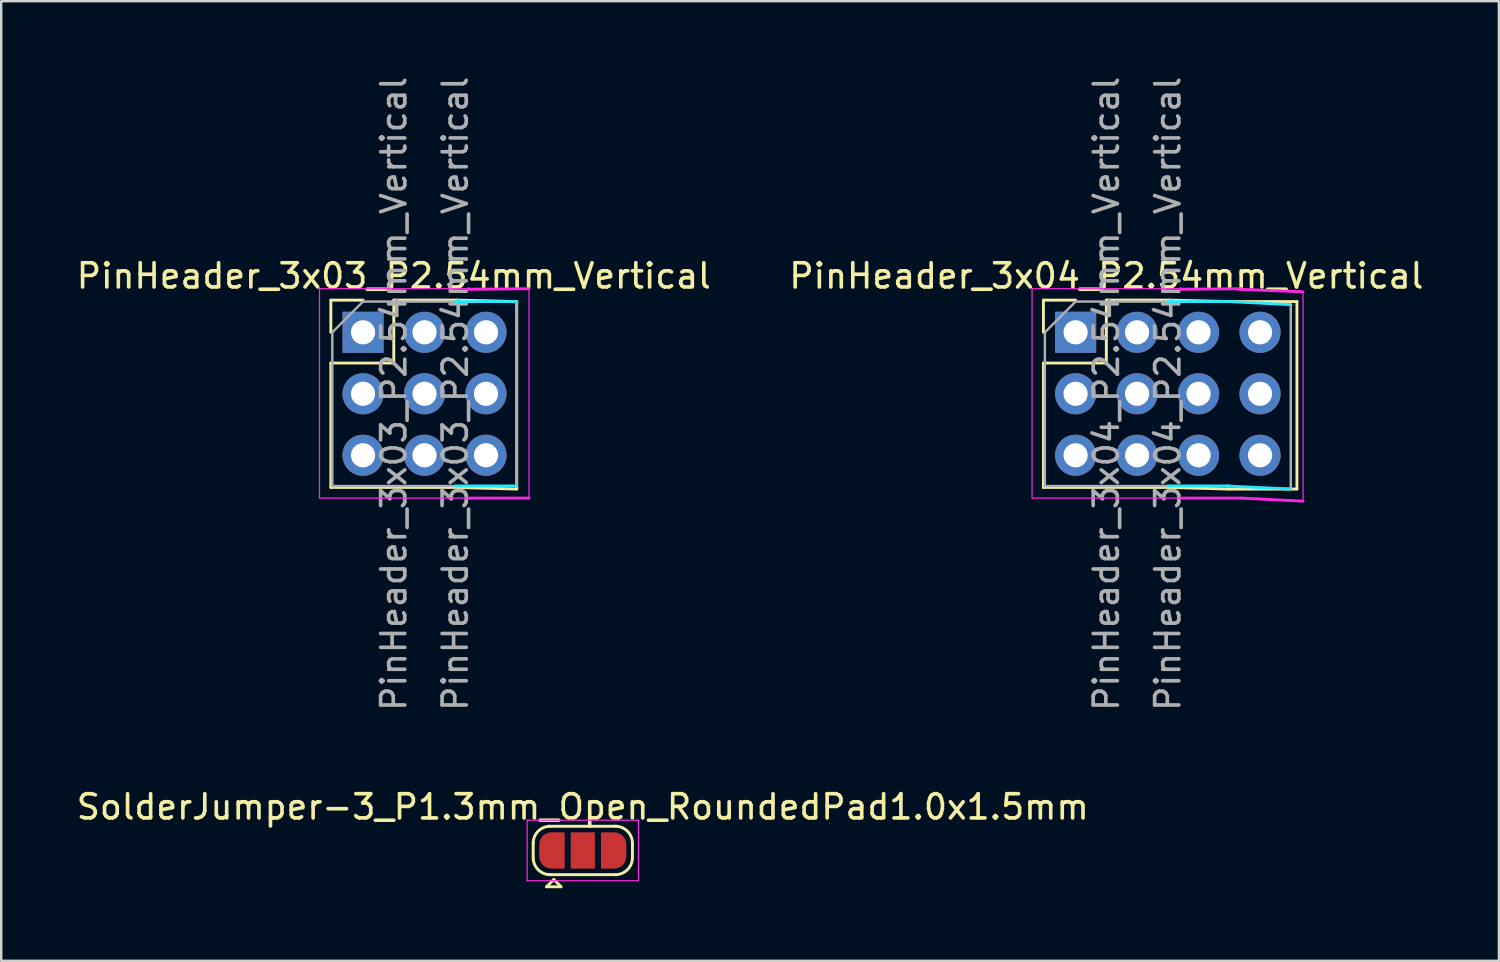
<source format=kicad_pcb>
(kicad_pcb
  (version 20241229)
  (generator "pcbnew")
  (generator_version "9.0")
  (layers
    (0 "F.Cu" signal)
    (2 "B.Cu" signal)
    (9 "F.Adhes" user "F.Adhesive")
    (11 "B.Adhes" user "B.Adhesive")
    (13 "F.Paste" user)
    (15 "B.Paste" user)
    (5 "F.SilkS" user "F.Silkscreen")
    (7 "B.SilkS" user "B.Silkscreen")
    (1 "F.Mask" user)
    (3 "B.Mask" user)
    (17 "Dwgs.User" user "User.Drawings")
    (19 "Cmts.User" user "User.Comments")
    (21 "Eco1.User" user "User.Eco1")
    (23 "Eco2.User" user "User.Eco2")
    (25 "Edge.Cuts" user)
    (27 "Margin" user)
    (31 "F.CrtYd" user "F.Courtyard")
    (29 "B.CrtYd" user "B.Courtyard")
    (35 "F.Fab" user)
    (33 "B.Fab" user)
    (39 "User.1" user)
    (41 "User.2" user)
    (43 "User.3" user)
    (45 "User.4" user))
  (footprint "SolderJumper-3_P1.3mm_Open_RoundedPad1.0x1.5mm"
    (layer "F.Cu")
    (at 21.03 32.089)
    (property "Reference" "SolderJumper-3_P1.3mm_Open_RoundedPad1.0x1.5mm" (at 0 -1.8 0) (layer "F.SilkS") (effects (font (size 1 1) (thickness 0.15))))
    (attr exclude_from_pos_files exclude_from_bom)
    (fp_line (start -2.05 0.3) (end -2.05 -0.3) (stroke (width 0.12) (type solid)) (layer "F.SilkS"))
    (fp_line (start -1.5 1.5) (end -0.9 1.5) (stroke (width 0.12) (type solid)) (layer "F.SilkS"))
    (fp_line (start -1.4 -1) (end 1.4 -1) (stroke (width 0.12) (type solid)) (layer "F.SilkS"))
    (fp_line (start -1.2 1.2) (end -1.5 1.5) (stroke (width 0.12) (type solid)) (layer "F.SilkS"))
    (fp_line (start -1.2 1.2) (end -0.9 1.5) (stroke (width 0.12) (type solid)) (layer "F.SilkS"))
    (fp_line (start 1.4 1) (end -1.4 1) (stroke (width 0.12) (type solid)) (layer "F.SilkS"))
    (fp_line (start 2.05 -0.3) (end 2.05 0.3) (stroke (width 0.12) (type solid)) (layer "F.SilkS"))
    (fp_arc (start -2.05 -0.3) (mid -1.844975 -0.794975) (end -1.35 -1) (stroke (width 0.12) (type solid)) (layer "F.SilkS"))
    (fp_arc (start -1.35 1) (mid -1.844975 0.794975) (end -2.05 0.3) (stroke (width 0.12) (type solid)) (layer "F.SilkS"))
    (fp_arc (start 1.35 -1) (mid 1.844975 -0.794975) (end 2.05 -0.3) (stroke (width 0.12) (type solid)) (layer "F.SilkS"))
    (fp_arc (start 2.05 0.3) (mid 1.844975 0.794975) (end 1.35 1) (stroke (width 0.12) (type solid)) (layer "F.SilkS"))
    (fp_line (start -2.3 -1.25) (end -2.3 1.25) (stroke (width 0.05) (type solid)) (layer "F.CrtYd"))
    (fp_line (start -2.3 -1.25) (end 2.3 -1.25) (stroke (width 0.05) (type solid)) (layer "F.CrtYd"))
    (fp_line (start 2.3 1.25) (end -2.3 1.25) (stroke (width 0.05) (type solid)) (layer "F.CrtYd"))
    (fp_line (start 2.3 1.25) (end 2.3 -1.25) (stroke (width 0.05) (type solid)) (layer "F.CrtYd"))
    (pad "1" smd custom (at -1.3 0) (size 1 0.5) (layers "F.Cu" "F.Mask") (options (anchor rect)) (primitives (gr_circle (center 0 0.25) (end 0.5 0.25) (width 0) (fill yes)) (gr_circle (center 0 -0.25) (end 0.5 -0.25) (width 0) (fill yes)) (gr_poly (pts (xy 0.55 -0.75) (xy 0 -0.75) (xy 0 0.75) (xy 0.55 0.75)) (width 0) (fill yes))))
    (pad "2" smd rect (at 0 0) (size 1 1.5) (layers "F.Cu" "F.Mask"))
    (pad "3" smd custom (at 1.3 0) (size 1 0.5) (layers "F.Cu" "F.Mask") (options (anchor rect)) (primitives (gr_circle (center 0 0.25) (end 0.5 0.25) (width 0) (fill yes)) (gr_circle (center 0 -0.25) (end 0.5 -0.25) (width 0) (fill yes)) (gr_poly (pts (xy -0.55 -0.75) (xy 0 -0.75) (xy 0 0.75) (xy -0.55 0.75)) (width 0) (fill yes)))))
  (footprint "PinHeader_3x03_P2.54mm_Vertical"
    (layer "F.Cu")
    (at 11.95 10.68)
    (property "Reference" "PinHeader_3x03_P2.54mm_Vertical" (at 1.27 -2.33 0) (layer "F.SilkS") (effects (font (size 1 1) (thickness 0.15))))
    (attr through_hole)
    (fp_line (start -1.33 -1.33) (end 0 -1.33) (stroke (width 0.12) (type solid)) (layer "F.SilkS"))
    (fp_line (start -1.33 0) (end -1.33 -1.33) (stroke (width 0.12) (type solid)) (layer "F.SilkS"))
    (fp_line (start -1.33 1.27) (end -1.33 6.41) (stroke (width 0.12) (type solid)) (layer "F.SilkS"))
    (fp_line (start -1.33 1.27) (end 1.27 1.27) (stroke (width 0.12) (type solid)) (layer "F.SilkS"))
    (fp_line (start -1.33 6.41) (end 3.87 6.41) (stroke (width 0.12) (type solid)) (layer "F.SilkS"))
    (fp_line (start 1.27 -1.33) (end 3.87 -1.33) (stroke (width 0.12) (type solid)) (layer "F.SilkS"))
    (fp_line (start 1.27 1.27) (end 1.27 -1.33) (stroke (width 0.12) (type solid)) (layer "F.SilkS"))
    (fp_line (start 3.87 6.41) (end 6.35 6.477) (stroke (width 0.12) (type solid)) (layer "F.SilkS"))
    (fp_line (start 6.35 -1.27) (end 3.87 -1.33) (stroke (width 0.12) (type solid)) (layer "F.SilkS"))
    (fp_line (start 6.35 -1.27) (end 6.35 6.47) (stroke (width 0.12) (type solid)) (layer "F.SilkS"))
    (fp_line (start 3.81 -1.27) (end 6.35 -1.27) (stroke (width 0.12) (type solid)) (layer "B.CrtYd"))
    (fp_line (start 3.81 6.35) (end 6.35 6.35) (stroke (width 0.12) (type solid)) (layer "B.CrtYd"))
    (fp_line (start -1.8 -1.8) (end -1.8 6.85) (stroke (width 0.05) (type solid)) (layer "F.CrtYd"))
    (fp_line (start -1.8 6.85) (end 4.35 6.85) (stroke (width 0.05) (type solid)) (layer "F.CrtYd"))
    (fp_line (start 4.318 -1.778) (end 4.35 -1.8) (stroke (width 0.12) (type solid)) (layer "F.CrtYd"))
    (fp_line (start 4.35 -1.8) (end -1.8 -1.8) (stroke (width 0.05) (type solid)) (layer "F.CrtYd"))
    (fp_line (start 6.858 -1.8) (end 4.318 -1.778) (stroke (width 0.12) (type solid)) (layer "F.CrtYd"))
    (fp_line (start 6.858 6.85) (end 4.35 6.85) (stroke (width 0.12) (type solid)) (layer "F.CrtYd"))
    (fp_line (start 6.858 6.85) (end 6.858 -1.8) (stroke (width 0.05) (type solid)) (layer "F.CrtYd"))
    (fp_line (start -1.27 0) (end 0 -1.27) (stroke (width 0.1) (type solid)) (layer "F.Fab"))
    (fp_line (start -1.27 6.35) (end -1.27 0) (stroke (width 0.1) (type solid)) (layer "F.Fab"))
    (fp_line (start 0 -1.27) (end 3.81 -1.27) (stroke (width 0.1) (type solid)) (layer "F.Fab"))
    (fp_line (start 3.81 6.35) (end -1.27 6.35) (stroke (width 0.1) (type solid)) (layer "F.Fab"))
    (fp_line (start 6.35 -1.27) (end 6.35 6.35) (stroke (width 0.1) (type solid)) (layer "F.Fab"))
    (fp_text user "${REFERENCE}" (at 1.27 2.54 90) (layer "F.Fab") (effects (font (size 1 1) (thickness 0.15))))
    (fp_text user "${REFERENCE}" (at 3.81 2.54 90) (layer "F.Fab") (effects (font (size 1 1) (thickness 0.15))))
    (pad "1" thru_hole rect (at 0 0) (size 1.7 1.7) (drill 1) (layers "*.Cu" "*.Mask"))
    (pad "2" thru_hole oval (at 0 2.54) (size 1.7 1.7) (drill 1) (layers "*.Cu" "*.Mask"))
    (pad "3" thru_hole oval (at 0 5.08) (size 1.7 1.7) (drill 1) (layers "*.Cu" "*.Mask"))
    (pad "4" thru_hole oval (at 2.54 0) (size 1.7 1.7) (drill 1) (layers "*.Cu" "*.Mask"))
    (pad "5" thru_hole oval (at 2.54 2.54) (size 1.7 1.7) (drill 1) (layers "*.Cu" "*.Mask"))
    (pad "6" thru_hole oval (at 2.54 5.08) (size 1.7 1.7) (drill 1) (layers "*.Cu" "*.Mask"))
    (pad "7" thru_hole oval (at 5.08 0) (size 1.7 1.7) (drill 1) (layers "*.Cu" "*.Mask"))
    (pad "8" thru_hole oval (at 5.08 2.54) (size 1.7 1.7) (drill 1) (layers "*.Cu" "*.Mask"))
    (pad "9" thru_hole oval (at 5.08 5.08) (size 1.7 1.7) (drill 1) (layers "*.Cu" "*.Mask")))
  (footprint "PinHeader_3x04_P2.54mm_Vertical"
    (layer "F.Cu")
    (at 41.391 10.68)
    (property "Reference" "PinHeader_3x04_P2.54mm_Vertical" (at 1.27 -2.33 0) (layer "F.SilkS") (effects (font (size 1 1) (thickness 0.15))))
    (attr through_hole)
    (fp_line (start -1.33 -1.33) (end 0 -1.33) (stroke (width 0.12) (type solid)) (layer "F.SilkS"))
    (fp_line (start -1.33 0) (end -1.33 -1.33) (stroke (width 0.12) (type solid)) (layer "F.SilkS"))
    (fp_line (start -1.33 1.27) (end -1.33 6.41) (stroke (width 0.12) (type solid)) (layer "F.SilkS"))
    (fp_line (start -1.33 1.27) (end 1.27 1.27) (stroke (width 0.12) (type solid)) (layer "F.SilkS"))
    (fp_line (start -1.33 6.41) (end 3.87 6.41) (stroke (width 0.12) (type solid)) (layer "F.SilkS"))
    (fp_line (start 1.27 -1.33) (end 3.87 -1.33) (stroke (width 0.12) (type solid)) (layer "F.SilkS"))
    (fp_line (start 1.27 1.27) (end 1.27 -1.33) (stroke (width 0.12) (type solid)) (layer "F.SilkS"))
    (fp_line (start 3.87 6.41) (end 6.35 6.477) (stroke (width 0.12) (type solid)) (layer "F.SilkS"))
    (fp_line (start 6.35 -1.27) (end 3.87 -1.33) (stroke (width 0.12) (type solid)) (layer "F.SilkS"))
    (fp_line (start 9.144 -1.27) (end 6.223 -1.27) (stroke (width 0.12) (type solid)) (layer "F.SilkS"))
    (fp_line (start 9.144 -1.27) (end 9.144 6.47) (stroke (width 0.12) (type solid)) (layer "F.SilkS"))
    (fp_line (start 9.144 6.477) (end 6.35 6.477) (stroke (width 0.12) (type solid)) (layer "F.SilkS"))
    (fp_line (start 3.81 -1.27) (end 6.35 -1.27) (stroke (width 0.12) (type solid)) (layer "B.CrtYd"))
    (fp_line (start 3.81 6.35) (end 6.35 6.35) (stroke (width 0.12) (type solid)) (layer "B.CrtYd"))
    (fp_line (start 6.35 -1.27) (end 8.89 -1.143) (stroke (width 0.12) (type solid)) (layer "B.CrtYd"))
    (fp_line (start 8.89 6.477) (end 6.223 6.35) (stroke (width 0.12) (type solid)) (layer "B.CrtYd"))
    (fp_line (start -1.8 -1.8) (end -1.8 6.85) (stroke (width 0.05) (type solid)) (layer "F.CrtYd"))
    (fp_line (start -1.8 6.85) (end 4.35 6.85) (stroke (width 0.05) (type solid)) (layer "F.CrtYd"))
    (fp_line (start 4.318 -1.778) (end 4.35 -1.8) (stroke (width 0.12) (type solid)) (layer "F.CrtYd"))
    (fp_line (start 4.35 -1.8) (end -1.8 -1.8) (stroke (width 0.05) (type solid)) (layer "F.CrtYd"))
    (fp_line (start 6.858 -1.8) (end 4.318 -1.778) (stroke (width 0.12) (type solid)) (layer "F.CrtYd"))
    (fp_line (start 6.858 6.85) (end 4.35 6.85) (stroke (width 0.12) (type solid)) (layer "F.CrtYd"))
    (fp_line (start 9.398 -1.673) (end 6.731 -1.778) (stroke (width 0.12) (type solid)) (layer "F.CrtYd"))
    (fp_line (start 9.398 6.977) (end 6.858 6.85) (stroke (width 0.12) (type solid)) (layer "F.CrtYd"))
    (fp_line (start 9.398 6.977) (end 9.398 -1.673) (stroke (width 0.05) (type solid)) (layer "F.CrtYd"))
    (fp_line (start -1.27 0) (end 0 -1.27) (stroke (width 0.1) (type solid)) (layer "F.Fab"))
    (fp_line (start -1.27 6.35) (end -1.27 0) (stroke (width 0.1) (type solid)) (layer "F.Fab"))
    (fp_line (start 0 -1.27) (end 3.81 -1.27) (stroke (width 0.1) (type solid)) (layer "F.Fab"))
    (fp_line (start 3.81 6.35) (end -1.27 6.35) (stroke (width 0.1) (type solid)) (layer "F.Fab"))
    (fp_line (start 8.89 -1.143) (end 8.89 6.477) (stroke (width 0.1) (type solid)) (layer "F.Fab"))
    (fp_text user "${REFERENCE}" (at 1.27 2.54 90) (layer "F.Fab") (effects (font (size 1 1) (thickness 0.15))))
    (fp_text user "${REFERENCE}" (at 3.81 2.54 90) (layer "F.Fab") (effects (font (size 1 1) (thickness 0.15))))
    (pad "1" thru_hole rect (at 0 0) (size 1.7 1.7) (drill 1) (layers "*.Cu" "*.Mask"))
    (pad "2" thru_hole oval (at 0 2.54) (size 1.7 1.7) (drill 1) (layers "*.Cu" "*.Mask"))
    (pad "3" thru_hole oval (at 0 5.08) (size 1.7 1.7) (drill 1) (layers "*.Cu" "*.Mask"))
    (pad "4" thru_hole oval (at 2.54 0) (size 1.7 1.7) (drill 1) (layers "*.Cu" "*.Mask"))
    (pad "5" thru_hole oval (at 2.54 2.54) (size 1.7 1.7) (drill 1) (layers "*.Cu" "*.Mask"))
    (pad "6" thru_hole oval (at 2.54 5.08) (size 1.7 1.7) (drill 1) (layers "*.Cu" "*.Mask"))
    (pad "7" thru_hole oval (at 5.08 0) (size 1.7 1.7) (drill 1) (layers "*.Cu" "*.Mask"))
    (pad "8" thru_hole oval (at 5.08 2.54) (size 1.7 1.7) (drill 1) (layers "*.Cu" "*.Mask"))
    (pad "9" thru_hole oval (at 5.08 5.08) (size 1.7 1.7) (drill 1) (layers "*.Cu" "*.Mask"))
    (pad "10" thru_hole oval (at 7.62 0) (size 1.7 1.7) (drill 1) (layers "*.Cu" "*.Mask"))
    (pad "11" thru_hole oval (at 7.62 2.54) (size 1.7 1.7) (drill 1) (layers "*.Cu" "*.Mask"))
    (pad "12" thru_hole oval (at 7.62 5.08) (size 1.7 1.7) (drill 1) (layers "*.Cu" "*.Mask")))
  (gr_rect
    (start -3 -3)
    (end 58.881 36.649)
    (stroke (width 0.1) (type default))
    (fill no)
    (layer "Edge.Cuts")))
</source>
